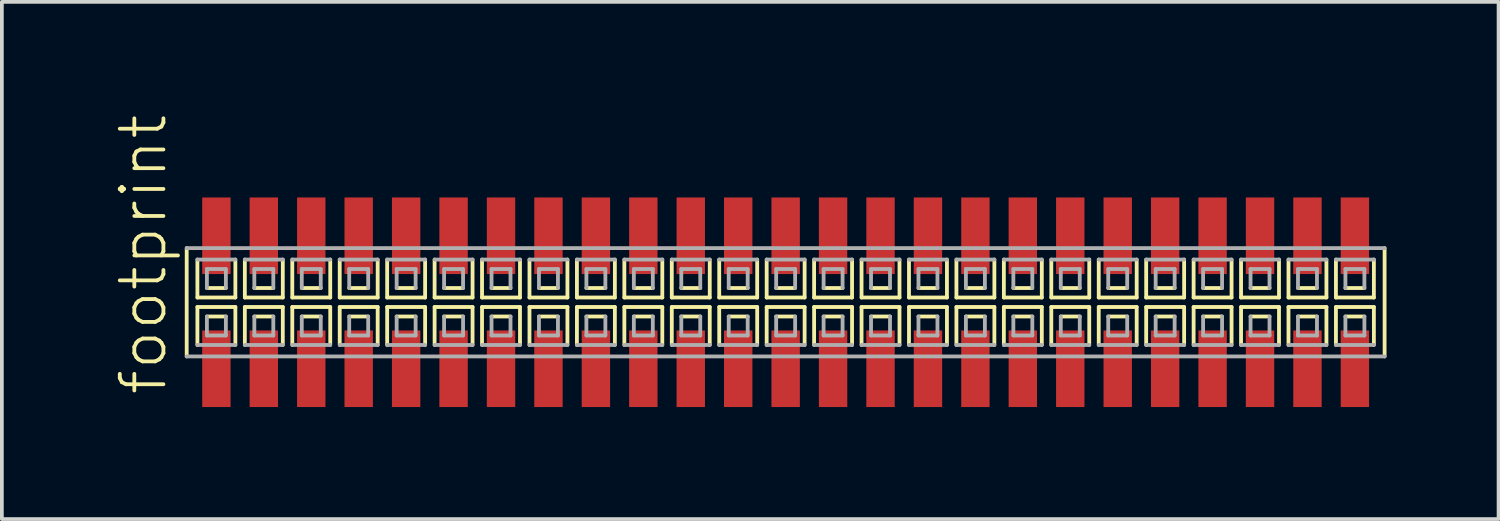
<source format=kicad_pcb>
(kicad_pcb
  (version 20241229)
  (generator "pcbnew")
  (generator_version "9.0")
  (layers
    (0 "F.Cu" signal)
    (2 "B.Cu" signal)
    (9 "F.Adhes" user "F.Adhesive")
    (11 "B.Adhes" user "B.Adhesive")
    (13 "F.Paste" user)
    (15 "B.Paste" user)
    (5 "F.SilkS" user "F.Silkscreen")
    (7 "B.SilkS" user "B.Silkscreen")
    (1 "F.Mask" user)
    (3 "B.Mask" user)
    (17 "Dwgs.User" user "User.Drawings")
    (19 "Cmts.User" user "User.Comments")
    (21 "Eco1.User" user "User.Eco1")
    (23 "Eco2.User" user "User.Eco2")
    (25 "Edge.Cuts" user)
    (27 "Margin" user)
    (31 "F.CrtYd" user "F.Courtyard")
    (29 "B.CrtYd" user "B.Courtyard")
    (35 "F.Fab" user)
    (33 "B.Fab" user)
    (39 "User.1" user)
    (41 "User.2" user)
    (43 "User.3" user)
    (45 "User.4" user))
  (footprint "footprint"
    (layer "F.Cu")
    (at 17.983 5.042)
    (property "Reference" "footprint" (at -16.51 2.54 90) (layer "F.SilkS") (effects (font (size 1.168 1.168) (thickness 0.102)) (justify left bottom)))
    (fp_line (start -16.035 -1.45) (end -16.035 1.45) (stroke (width 0.102) (type solid)) (layer "F.SilkS"))
    (fp_line (start -15.748 -1.143) (end -15.748 -0.127) (stroke (width 0.102) (type solid)) (layer "F.SilkS"))
    (fp_line (start -15.748 -0.127) (end -14.732 -0.127) (stroke (width 0.102) (type solid)) (layer "F.SilkS"))
    (fp_line (start -15.748 0.127) (end -15.748 1.143) (stroke (width 0.102) (type solid)) (layer "F.SilkS"))
    (fp_line (start -15.494 -0.381) (end -14.986 -0.381) (stroke (width 0.102) (type solid)) (layer "F.SilkS"))
    (fp_line (start -14.986 0.381) (end -15.494 0.381) (stroke (width 0.102) (type solid)) (layer "F.SilkS"))
    (fp_line (start -14.732 -0.127) (end -14.732 -1.143) (stroke (width 0.102) (type solid)) (layer "F.SilkS"))
    (fp_line (start -14.732 0.127) (end -15.748 0.127) (stroke (width 0.102) (type solid)) (layer "F.SilkS"))
    (fp_line (start -14.732 1.143) (end -14.732 0.127) (stroke (width 0.102) (type solid)) (layer "F.SilkS"))
    (fp_line (start -14.478 -1.143) (end -14.478 -0.127) (stroke (width 0.102) (type solid)) (layer "F.SilkS"))
    (fp_line (start -14.478 -0.127) (end -13.462 -0.127) (stroke (width 0.102) (type solid)) (layer "F.SilkS"))
    (fp_line (start -14.478 0.127) (end -14.478 1.143) (stroke (width 0.102) (type solid)) (layer "F.SilkS"))
    (fp_line (start -14.224 -0.381) (end -13.716 -0.381) (stroke (width 0.102) (type solid)) (layer "F.SilkS"))
    (fp_line (start -13.716 0.381) (end -14.224 0.381) (stroke (width 0.102) (type solid)) (layer "F.SilkS"))
    (fp_line (start -13.462 -0.127) (end -13.462 -1.143) (stroke (width 0.102) (type solid)) (layer "F.SilkS"))
    (fp_line (start -13.462 0.127) (end -14.478 0.127) (stroke (width 0.102) (type solid)) (layer "F.SilkS"))
    (fp_line (start -13.462 1.143) (end -13.462 0.127) (stroke (width 0.102) (type solid)) (layer "F.SilkS"))
    (fp_line (start -13.208 -1.143) (end -13.208 -0.127) (stroke (width 0.102) (type solid)) (layer "F.SilkS"))
    (fp_line (start -13.208 -0.127) (end -12.192 -0.127) (stroke (width 0.102) (type solid)) (layer "F.SilkS"))
    (fp_line (start -13.208 0.127) (end -13.208 1.143) (stroke (width 0.102) (type solid)) (layer "F.SilkS"))
    (fp_line (start -12.954 -0.381) (end -12.446 -0.381) (stroke (width 0.102) (type solid)) (layer "F.SilkS"))
    (fp_line (start -12.446 0.381) (end -12.954 0.381) (stroke (width 0.102) (type solid)) (layer "F.SilkS"))
    (fp_line (start -12.192 -0.127) (end -12.192 -1.143) (stroke (width 0.102) (type solid)) (layer "F.SilkS"))
    (fp_line (start -12.192 0.127) (end -13.208 0.127) (stroke (width 0.102) (type solid)) (layer "F.SilkS"))
    (fp_line (start -12.192 1.143) (end -12.192 0.127) (stroke (width 0.102) (type solid)) (layer "F.SilkS"))
    (fp_line (start -11.938 -1.143) (end -11.938 -0.127) (stroke (width 0.102) (type solid)) (layer "F.SilkS"))
    (fp_line (start -11.938 -0.127) (end -10.922 -0.127) (stroke (width 0.102) (type solid)) (layer "F.SilkS"))
    (fp_line (start -11.938 0.127) (end -11.938 1.143) (stroke (width 0.102) (type solid)) (layer "F.SilkS"))
    (fp_line (start -11.684 -0.381) (end -11.176 -0.381) (stroke (width 0.102) (type solid)) (layer "F.SilkS"))
    (fp_line (start -11.176 0.381) (end -11.684 0.381) (stroke (width 0.102) (type solid)) (layer "F.SilkS"))
    (fp_line (start -10.922 -0.127) (end -10.922 -1.143) (stroke (width 0.102) (type solid)) (layer "F.SilkS"))
    (fp_line (start -10.922 0.127) (end -11.938 0.127) (stroke (width 0.102) (type solid)) (layer "F.SilkS"))
    (fp_line (start -10.922 1.143) (end -10.922 0.127) (stroke (width 0.102) (type solid)) (layer "F.SilkS"))
    (fp_line (start -10.668 -1.143) (end -10.668 -0.127) (stroke (width 0.102) (type solid)) (layer "F.SilkS"))
    (fp_line (start -10.668 -0.127) (end -9.652 -0.127) (stroke (width 0.102) (type solid)) (layer "F.SilkS"))
    (fp_line (start -10.668 0.127) (end -10.668 1.143) (stroke (width 0.102) (type solid)) (layer "F.SilkS"))
    (fp_line (start -10.414 -0.381) (end -9.906 -0.381) (stroke (width 0.102) (type solid)) (layer "F.SilkS"))
    (fp_line (start -9.906 0.381) (end -10.414 0.381) (stroke (width 0.102) (type solid)) (layer "F.SilkS"))
    (fp_line (start -9.652 -0.127) (end -9.652 -1.143) (stroke (width 0.102) (type solid)) (layer "F.SilkS"))
    (fp_line (start -9.652 0.127) (end -10.668 0.127) (stroke (width 0.102) (type solid)) (layer "F.SilkS"))
    (fp_line (start -9.652 1.143) (end -9.652 0.127) (stroke (width 0.102) (type solid)) (layer "F.SilkS"))
    (fp_line (start -9.398 -1.143) (end -9.398 -0.127) (stroke (width 0.102) (type solid)) (layer "F.SilkS"))
    (fp_line (start -9.398 -0.127) (end -8.382 -0.127) (stroke (width 0.102) (type solid)) (layer "F.SilkS"))
    (fp_line (start -9.398 0.127) (end -9.398 1.143) (stroke (width 0.102) (type solid)) (layer "F.SilkS"))
    (fp_line (start -9.144 -0.381) (end -8.636 -0.381) (stroke (width 0.102) (type solid)) (layer "F.SilkS"))
    (fp_line (start -8.636 0.381) (end -9.144 0.381) (stroke (width 0.102) (type solid)) (layer "F.SilkS"))
    (fp_line (start -8.382 -0.127) (end -8.382 -1.143) (stroke (width 0.102) (type solid)) (layer "F.SilkS"))
    (fp_line (start -8.382 0.127) (end -9.398 0.127) (stroke (width 0.102) (type solid)) (layer "F.SilkS"))
    (fp_line (start -8.382 1.143) (end -8.382 0.127) (stroke (width 0.102) (type solid)) (layer "F.SilkS"))
    (fp_line (start -8.128 -1.143) (end -8.128 -0.127) (stroke (width 0.102) (type solid)) (layer "F.SilkS"))
    (fp_line (start -8.128 -0.127) (end -7.112 -0.127) (stroke (width 0.102) (type solid)) (layer "F.SilkS"))
    (fp_line (start -8.128 0.127) (end -8.128 1.143) (stroke (width 0.102) (type solid)) (layer "F.SilkS"))
    (fp_line (start -7.874 -0.381) (end -7.366 -0.381) (stroke (width 0.102) (type solid)) (layer "F.SilkS"))
    (fp_line (start -7.366 0.381) (end -7.874 0.381) (stroke (width 0.102) (type solid)) (layer "F.SilkS"))
    (fp_line (start -7.112 -0.127) (end -7.112 -1.143) (stroke (width 0.102) (type solid)) (layer "F.SilkS"))
    (fp_line (start -7.112 0.127) (end -8.128 0.127) (stroke (width 0.102) (type solid)) (layer "F.SilkS"))
    (fp_line (start -7.112 1.143) (end -7.112 0.127) (stroke (width 0.102) (type solid)) (layer "F.SilkS"))
    (fp_line (start -6.858 -1.143) (end -6.858 -0.127) (stroke (width 0.102) (type solid)) (layer "F.SilkS"))
    (fp_line (start -6.858 -0.127) (end -5.842 -0.127) (stroke (width 0.102) (type solid)) (layer "F.SilkS"))
    (fp_line (start -6.858 0.127) (end -6.858 1.143) (stroke (width 0.102) (type solid)) (layer "F.SilkS"))
    (fp_line (start -6.604 -0.381) (end -6.096 -0.381) (stroke (width 0.102) (type solid)) (layer "F.SilkS"))
    (fp_line (start -6.096 0.381) (end -6.604 0.381) (stroke (width 0.102) (type solid)) (layer "F.SilkS"))
    (fp_line (start -5.842 -0.127) (end -5.842 -1.143) (stroke (width 0.102) (type solid)) (layer "F.SilkS"))
    (fp_line (start -5.842 0.127) (end -6.858 0.127) (stroke (width 0.102) (type solid)) (layer "F.SilkS"))
    (fp_line (start -5.842 1.143) (end -5.842 0.127) (stroke (width 0.102) (type solid)) (layer "F.SilkS"))
    (fp_line (start -5.588 -1.143) (end -5.588 -0.127) (stroke (width 0.102) (type solid)) (layer "F.SilkS"))
    (fp_line (start -5.588 -0.127) (end -4.572 -0.127) (stroke (width 0.102) (type solid)) (layer "F.SilkS"))
    (fp_line (start -5.588 0.127) (end -5.588 1.143) (stroke (width 0.102) (type solid)) (layer "F.SilkS"))
    (fp_line (start -5.334 -0.381) (end -4.826 -0.381) (stroke (width 0.102) (type solid)) (layer "F.SilkS"))
    (fp_line (start -4.826 0.381) (end -5.334 0.381) (stroke (width 0.102) (type solid)) (layer "F.SilkS"))
    (fp_line (start -4.572 -0.127) (end -4.572 -1.143) (stroke (width 0.102) (type solid)) (layer "F.SilkS"))
    (fp_line (start -4.572 0.127) (end -5.588 0.127) (stroke (width 0.102) (type solid)) (layer "F.SilkS"))
    (fp_line (start -4.572 1.143) (end -4.572 0.127) (stroke (width 0.102) (type solid)) (layer "F.SilkS"))
    (fp_line (start -4.318 -1.143) (end -4.318 -0.127) (stroke (width 0.102) (type solid)) (layer "F.SilkS"))
    (fp_line (start -4.318 -0.127) (end -3.302 -0.127) (stroke (width 0.102) (type solid)) (layer "F.SilkS"))
    (fp_line (start -4.318 0.127) (end -4.318 1.143) (stroke (width 0.102) (type solid)) (layer "F.SilkS"))
    (fp_line (start -4.064 -0.381) (end -3.556 -0.381) (stroke (width 0.102) (type solid)) (layer "F.SilkS"))
    (fp_line (start -3.556 0.381) (end -4.064 0.381) (stroke (width 0.102) (type solid)) (layer "F.SilkS"))
    (fp_line (start -3.302 -0.127) (end -3.302 -1.143) (stroke (width 0.102) (type solid)) (layer "F.SilkS"))
    (fp_line (start -3.302 0.127) (end -4.318 0.127) (stroke (width 0.102) (type solid)) (layer "F.SilkS"))
    (fp_line (start -3.302 1.143) (end -3.302 0.127) (stroke (width 0.102) (type solid)) (layer "F.SilkS"))
    (fp_line (start -3.048 -1.143) (end -3.048 -0.127) (stroke (width 0.102) (type solid)) (layer "F.SilkS"))
    (fp_line (start -3.048 -0.127) (end -2.032 -0.127) (stroke (width 0.102) (type solid)) (layer "F.SilkS"))
    (fp_line (start -3.048 0.127) (end -3.048 1.143) (stroke (width 0.102) (type solid)) (layer "F.SilkS"))
    (fp_line (start -2.794 -0.381) (end -2.286 -0.381) (stroke (width 0.102) (type solid)) (layer "F.SilkS"))
    (fp_line (start -2.286 0.381) (end -2.794 0.381) (stroke (width 0.102) (type solid)) (layer "F.SilkS"))
    (fp_line (start -2.032 -0.127) (end -2.032 -1.143) (stroke (width 0.102) (type solid)) (layer "F.SilkS"))
    (fp_line (start -2.032 0.127) (end -3.048 0.127) (stroke (width 0.102) (type solid)) (layer "F.SilkS"))
    (fp_line (start -2.032 1.143) (end -2.032 0.127) (stroke (width 0.102) (type solid)) (layer "F.SilkS"))
    (fp_line (start -1.778 -1.143) (end -1.778 -0.127) (stroke (width 0.102) (type solid)) (layer "F.SilkS"))
    (fp_line (start -1.778 -0.127) (end -0.762 -0.127) (stroke (width 0.102) (type solid)) (layer "F.SilkS"))
    (fp_line (start -1.778 0.127) (end -1.778 1.143) (stroke (width 0.102) (type solid)) (layer "F.SilkS"))
    (fp_line (start -1.524 -0.381) (end -1.016 -0.381) (stroke (width 0.102) (type solid)) (layer "F.SilkS"))
    (fp_line (start -1.016 0.381) (end -1.524 0.381) (stroke (width 0.102) (type solid)) (layer "F.SilkS"))
    (fp_line (start -0.762 -0.127) (end -0.762 -1.143) (stroke (width 0.102) (type solid)) (layer "F.SilkS"))
    (fp_line (start -0.762 0.127) (end -1.778 0.127) (stroke (width 0.102) (type solid)) (layer "F.SilkS"))
    (fp_line (start -0.762 1.143) (end -0.762 0.127) (stroke (width 0.102) (type solid)) (layer "F.SilkS"))
    (fp_line (start -0.508 -1.143) (end -0.508 -0.127) (stroke (width 0.102) (type solid)) (layer "F.SilkS"))
    (fp_line (start -0.508 -0.127) (end 0.508 -0.127) (stroke (width 0.102) (type solid)) (layer "F.SilkS"))
    (fp_line (start -0.508 0.127) (end -0.508 1.143) (stroke (width 0.102) (type solid)) (layer "F.SilkS"))
    (fp_line (start -0.254 -0.381) (end 0.254 -0.381) (stroke (width 0.102) (type solid)) (layer "F.SilkS"))
    (fp_line (start 0.254 0.381) (end -0.254 0.381) (stroke (width 0.102) (type solid)) (layer "F.SilkS"))
    (fp_line (start 0.508 -0.127) (end 0.508 -1.143) (stroke (width 0.102) (type solid)) (layer "F.SilkS"))
    (fp_line (start 0.508 0.127) (end -0.508 0.127) (stroke (width 0.102) (type solid)) (layer "F.SilkS"))
    (fp_line (start 0.508 1.143) (end 0.508 0.127) (stroke (width 0.102) (type solid)) (layer "F.SilkS"))
    (fp_line (start 0.762 -1.143) (end 0.762 -0.127) (stroke (width 0.102) (type solid)) (layer "F.SilkS"))
    (fp_line (start 0.762 -0.127) (end 1.778 -0.127) (stroke (width 0.102) (type solid)) (layer "F.SilkS"))
    (fp_line (start 0.762 0.127) (end 0.762 1.143) (stroke (width 0.102) (type solid)) (layer "F.SilkS"))
    (fp_line (start 1.016 -0.381) (end 1.524 -0.381) (stroke (width 0.102) (type solid)) (layer "F.SilkS"))
    (fp_line (start 1.524 0.381) (end 1.016 0.381) (stroke (width 0.102) (type solid)) (layer "F.SilkS"))
    (fp_line (start 1.778 -0.127) (end 1.778 -1.143) (stroke (width 0.102) (type solid)) (layer "F.SilkS"))
    (fp_line (start 1.778 0.127) (end 0.762 0.127) (stroke (width 0.102) (type solid)) (layer "F.SilkS"))
    (fp_line (start 1.778 1.143) (end 1.778 0.127) (stroke (width 0.102) (type solid)) (layer "F.SilkS"))
    (fp_line (start 2.032 -1.143) (end 2.032 -0.127) (stroke (width 0.102) (type solid)) (layer "F.SilkS"))
    (fp_line (start 2.032 -0.127) (end 3.048 -0.127) (stroke (width 0.102) (type solid)) (layer "F.SilkS"))
    (fp_line (start 2.032 0.127) (end 2.032 1.143) (stroke (width 0.102) (type solid)) (layer "F.SilkS"))
    (fp_line (start 2.286 -0.381) (end 2.794 -0.381) (stroke (width 0.102) (type solid)) (layer "F.SilkS"))
    (fp_line (start 2.794 0.381) (end 2.286 0.381) (stroke (width 0.102) (type solid)) (layer "F.SilkS"))
    (fp_line (start 3.048 -0.127) (end 3.048 -1.143) (stroke (width 0.102) (type solid)) (layer "F.SilkS"))
    (fp_line (start 3.048 0.127) (end 2.032 0.127) (stroke (width 0.102) (type solid)) (layer "F.SilkS"))
    (fp_line (start 3.048 1.143) (end 3.048 0.127) (stroke (width 0.102) (type solid)) (layer "F.SilkS"))
    (fp_line (start 3.302 -1.143) (end 3.302 -0.127) (stroke (width 0.102) (type solid)) (layer "F.SilkS"))
    (fp_line (start 3.302 -0.127) (end 4.318 -0.127) (stroke (width 0.102) (type solid)) (layer "F.SilkS"))
    (fp_line (start 3.302 0.127) (end 3.302 1.143) (stroke (width 0.102) (type solid)) (layer "F.SilkS"))
    (fp_line (start 3.556 -0.381) (end 4.064 -0.381) (stroke (width 0.102) (type solid)) (layer "F.SilkS"))
    (fp_line (start 4.064 0.381) (end 3.556 0.381) (stroke (width 0.102) (type solid)) (layer "F.SilkS"))
    (fp_line (start 4.318 -0.127) (end 4.318 -1.143) (stroke (width 0.102) (type solid)) (layer "F.SilkS"))
    (fp_line (start 4.318 0.127) (end 3.302 0.127) (stroke (width 0.102) (type solid)) (layer "F.SilkS"))
    (fp_line (start 4.318 1.143) (end 4.318 0.127) (stroke (width 0.102) (type solid)) (layer "F.SilkS"))
    (fp_line (start 4.572 -1.143) (end 4.572 -0.127) (stroke (width 0.102) (type solid)) (layer "F.SilkS"))
    (fp_line (start 4.572 -0.127) (end 5.588 -0.127) (stroke (width 0.102) (type solid)) (layer "F.SilkS"))
    (fp_line (start 4.572 0.127) (end 4.572 1.143) (stroke (width 0.102) (type solid)) (layer "F.SilkS"))
    (fp_line (start 4.826 -0.381) (end 5.334 -0.381) (stroke (width 0.102) (type solid)) (layer "F.SilkS"))
    (fp_line (start 5.334 0.381) (end 4.826 0.381) (stroke (width 0.102) (type solid)) (layer "F.SilkS"))
    (fp_line (start 5.588 -0.127) (end 5.588 -1.143) (stroke (width 0.102) (type solid)) (layer "F.SilkS"))
    (fp_line (start 5.588 0.127) (end 4.572 0.127) (stroke (width 0.102) (type solid)) (layer "F.SilkS"))
    (fp_line (start 5.588 1.143) (end 5.588 0.127) (stroke (width 0.102) (type solid)) (layer "F.SilkS"))
    (fp_line (start 5.842 -1.143) (end 5.842 -0.127) (stroke (width 0.102) (type solid)) (layer "F.SilkS"))
    (fp_line (start 5.842 -0.127) (end 6.858 -0.127) (stroke (width 0.102) (type solid)) (layer "F.SilkS"))
    (fp_line (start 5.842 0.127) (end 5.842 1.143) (stroke (width 0.102) (type solid)) (layer "F.SilkS"))
    (fp_line (start 6.096 -0.381) (end 6.604 -0.381) (stroke (width 0.102) (type solid)) (layer "F.SilkS"))
    (fp_line (start 6.604 0.381) (end 6.096 0.381) (stroke (width 0.102) (type solid)) (layer "F.SilkS"))
    (fp_line (start 6.858 -0.127) (end 6.858 -1.143) (stroke (width 0.102) (type solid)) (layer "F.SilkS"))
    (fp_line (start 6.858 0.127) (end 5.842 0.127) (stroke (width 0.102) (type solid)) (layer "F.SilkS"))
    (fp_line (start 6.858 1.143) (end 6.858 0.127) (stroke (width 0.102) (type solid)) (layer "F.SilkS"))
    (fp_line (start 7.112 -1.143) (end 7.112 -0.127) (stroke (width 0.102) (type solid)) (layer "F.SilkS"))
    (fp_line (start 7.112 -0.127) (end 8.128 -0.127) (stroke (width 0.102) (type solid)) (layer "F.SilkS"))
    (fp_line (start 7.112 0.127) (end 7.112 1.143) (stroke (width 0.102) (type solid)) (layer "F.SilkS"))
    (fp_line (start 7.366 -0.381) (end 7.874 -0.381) (stroke (width 0.102) (type solid)) (layer "F.SilkS"))
    (fp_line (start 7.874 0.381) (end 7.366 0.381) (stroke (width 0.102) (type solid)) (layer "F.SilkS"))
    (fp_line (start 8.128 -0.127) (end 8.128 -1.143) (stroke (width 0.102) (type solid)) (layer "F.SilkS"))
    (fp_line (start 8.128 0.127) (end 7.112 0.127) (stroke (width 0.102) (type solid)) (layer "F.SilkS"))
    (fp_line (start 8.128 1.143) (end 8.128 0.127) (stroke (width 0.102) (type solid)) (layer "F.SilkS"))
    (fp_line (start 8.382 -1.143) (end 8.382 -0.127) (stroke (width 0.102) (type solid)) (layer "F.SilkS"))
    (fp_line (start 8.382 -0.127) (end 9.398 -0.127) (stroke (width 0.102) (type solid)) (layer "F.SilkS"))
    (fp_line (start 8.382 0.127) (end 8.382 1.143) (stroke (width 0.102) (type solid)) (layer "F.SilkS"))
    (fp_line (start 8.636 -0.381) (end 9.144 -0.381) (stroke (width 0.102) (type solid)) (layer "F.SilkS"))
    (fp_line (start 9.144 0.381) (end 8.636 0.381) (stroke (width 0.102) (type solid)) (layer "F.SilkS"))
    (fp_line (start 9.398 -0.127) (end 9.398 -1.143) (stroke (width 0.102) (type solid)) (layer "F.SilkS"))
    (fp_line (start 9.398 0.127) (end 8.382 0.127) (stroke (width 0.102) (type solid)) (layer "F.SilkS"))
    (fp_line (start 9.398 1.143) (end 9.398 0.127) (stroke (width 0.102) (type solid)) (layer "F.SilkS"))
    (fp_line (start 9.652 -1.143) (end 9.652 -0.127) (stroke (width 0.102) (type solid)) (layer "F.SilkS"))
    (fp_line (start 9.652 -0.127) (end 10.668 -0.127) (stroke (width 0.102) (type solid)) (layer "F.SilkS"))
    (fp_line (start 9.652 0.127) (end 9.652 1.143) (stroke (width 0.102) (type solid)) (layer "F.SilkS"))
    (fp_line (start 9.906 -0.381) (end 10.414 -0.381) (stroke (width 0.102) (type solid)) (layer "F.SilkS"))
    (fp_line (start 10.414 0.381) (end 9.906 0.381) (stroke (width 0.102) (type solid)) (layer "F.SilkS"))
    (fp_line (start 10.668 -0.127) (end 10.668 -1.143) (stroke (width 0.102) (type solid)) (layer "F.SilkS"))
    (fp_line (start 10.668 0.127) (end 9.652 0.127) (stroke (width 0.102) (type solid)) (layer "F.SilkS"))
    (fp_line (start 10.668 1.143) (end 10.668 0.127) (stroke (width 0.102) (type solid)) (layer "F.SilkS"))
    (fp_line (start 10.922 -1.143) (end 10.922 -0.127) (stroke (width 0.102) (type solid)) (layer "F.SilkS"))
    (fp_line (start 10.922 -0.127) (end 11.938 -0.127) (stroke (width 0.102) (type solid)) (layer "F.SilkS"))
    (fp_line (start 10.922 0.127) (end 10.922 1.143) (stroke (width 0.102) (type solid)) (layer "F.SilkS"))
    (fp_line (start 11.176 -0.381) (end 11.684 -0.381) (stroke (width 0.102) (type solid)) (layer "F.SilkS"))
    (fp_line (start 11.684 0.381) (end 11.176 0.381) (stroke (width 0.102) (type solid)) (layer "F.SilkS"))
    (fp_line (start 11.938 -0.127) (end 11.938 -1.143) (stroke (width 0.102) (type solid)) (layer "F.SilkS"))
    (fp_line (start 11.938 0.127) (end 10.922 0.127) (stroke (width 0.102) (type solid)) (layer "F.SilkS"))
    (fp_line (start 11.938 1.143) (end 11.938 0.127) (stroke (width 0.102) (type solid)) (layer "F.SilkS"))
    (fp_line (start 12.192 -1.143) (end 12.192 -0.127) (stroke (width 0.102) (type solid)) (layer "F.SilkS"))
    (fp_line (start 12.192 -0.127) (end 13.208 -0.127) (stroke (width 0.102) (type solid)) (layer "F.SilkS"))
    (fp_line (start 12.192 0.127) (end 12.192 1.143) (stroke (width 0.102) (type solid)) (layer "F.SilkS"))
    (fp_line (start 12.446 -0.381) (end 12.954 -0.381) (stroke (width 0.102) (type solid)) (layer "F.SilkS"))
    (fp_line (start 12.954 0.381) (end 12.446 0.381) (stroke (width 0.102) (type solid)) (layer "F.SilkS"))
    (fp_line (start 13.208 -0.127) (end 13.208 -1.143) (stroke (width 0.102) (type solid)) (layer "F.SilkS"))
    (fp_line (start 13.208 0.127) (end 12.192 0.127) (stroke (width 0.102) (type solid)) (layer "F.SilkS"))
    (fp_line (start 13.208 1.143) (end 13.208 0.127) (stroke (width 0.102) (type solid)) (layer "F.SilkS"))
    (fp_line (start 13.462 -1.143) (end 13.462 -0.127) (stroke (width 0.102) (type solid)) (layer "F.SilkS"))
    (fp_line (start 13.462 -0.127) (end 14.478 -0.127) (stroke (width 0.102) (type solid)) (layer "F.SilkS"))
    (fp_line (start 13.462 0.127) (end 13.462 1.143) (stroke (width 0.102) (type solid)) (layer "F.SilkS"))
    (fp_line (start 13.716 -0.381) (end 14.224 -0.381) (stroke (width 0.102) (type solid)) (layer "F.SilkS"))
    (fp_line (start 14.224 0.381) (end 13.716 0.381) (stroke (width 0.102) (type solid)) (layer "F.SilkS"))
    (fp_line (start 14.478 -0.127) (end 14.478 -1.143) (stroke (width 0.102) (type solid)) (layer "F.SilkS"))
    (fp_line (start 14.478 0.127) (end 13.462 0.127) (stroke (width 0.102) (type solid)) (layer "F.SilkS"))
    (fp_line (start 14.478 1.143) (end 14.478 0.127) (stroke (width 0.102) (type solid)) (layer "F.SilkS"))
    (fp_line (start 14.732 -1.143) (end 14.732 -0.127) (stroke (width 0.102) (type solid)) (layer "F.SilkS"))
    (fp_line (start 14.732 -0.127) (end 15.748 -0.127) (stroke (width 0.102) (type solid)) (layer "F.SilkS"))
    (fp_line (start 14.732 0.127) (end 14.732 1.143) (stroke (width 0.102) (type solid)) (layer "F.SilkS"))
    (fp_line (start 14.986 -0.381) (end 15.494 -0.381) (stroke (width 0.102) (type solid)) (layer "F.SilkS"))
    (fp_line (start 15.494 0.381) (end 14.986 0.381) (stroke (width 0.102) (type solid)) (layer "F.SilkS"))
    (fp_line (start 15.748 -0.127) (end 15.748 -1.143) (stroke (width 0.102) (type solid)) (layer "F.SilkS"))
    (fp_line (start 15.748 0.127) (end 14.732 0.127) (stroke (width 0.102) (type solid)) (layer "F.SilkS"))
    (fp_line (start 15.748 1.143) (end 15.748 0.127) (stroke (width 0.102) (type solid)) (layer "F.SilkS"))
    (fp_line (start 16.035 1.45) (end 16.035 -1.45) (stroke (width 0.102) (type solid)) (layer "F.SilkS"))
    (fp_line (start -16.035 1.45) (end 16.035 1.45) (stroke (width 0.102) (type solid)) (layer "F.Fab"))
    (fp_line (start -15.748 1.143) (end -14.732 1.143) (stroke (width 0.102) (type solid)) (layer "F.Fab"))
    (fp_line (start -15.494 -0.889) (end -15.494 -0.381) (stroke (width 0.102) (type solid)) (layer "F.Fab"))
    (fp_line (start -15.494 0.381) (end -15.494 0.889) (stroke (width 0.102) (type solid)) (layer "F.Fab"))
    (fp_line (start -15.494 0.889) (end -14.986 0.889) (stroke (width 0.102) (type solid)) (layer "F.Fab"))
    (fp_line (start -14.986 -0.889) (end -15.494 -0.889) (stroke (width 0.102) (type solid)) (layer "F.Fab"))
    (fp_line (start -14.986 -0.381) (end -14.986 -0.889) (stroke (width 0.102) (type solid)) (layer "F.Fab"))
    (fp_line (start -14.986 0.889) (end -14.986 0.381) (stroke (width 0.102) (type solid)) (layer "F.Fab"))
    (fp_line (start -14.732 -1.143) (end -15.748 -1.143) (stroke (width 0.102) (type solid)) (layer "F.Fab"))
    (fp_line (start -14.478 1.143) (end -13.462 1.143) (stroke (width 0.102) (type solid)) (layer "F.Fab"))
    (fp_line (start -14.224 -0.889) (end -14.224 -0.381) (stroke (width 0.102) (type solid)) (layer "F.Fab"))
    (fp_line (start -14.224 0.381) (end -14.224 0.889) (stroke (width 0.102) (type solid)) (layer "F.Fab"))
    (fp_line (start -14.224 0.889) (end -13.716 0.889) (stroke (width 0.102) (type solid)) (layer "F.Fab"))
    (fp_line (start -13.716 -0.889) (end -14.224 -0.889) (stroke (width 0.102) (type solid)) (layer "F.Fab"))
    (fp_line (start -13.716 -0.381) (end -13.716 -0.889) (stroke (width 0.102) (type solid)) (layer "F.Fab"))
    (fp_line (start -13.716 0.889) (end -13.716 0.381) (stroke (width 0.102) (type solid)) (layer "F.Fab"))
    (fp_line (start -13.462 -1.143) (end -14.478 -1.143) (stroke (width 0.102) (type solid)) (layer "F.Fab"))
    (fp_line (start -13.208 1.143) (end -12.192 1.143) (stroke (width 0.102) (type solid)) (layer "F.Fab"))
    (fp_line (start -12.954 -0.889) (end -12.954 -0.381) (stroke (width 0.102) (type solid)) (layer "F.Fab"))
    (fp_line (start -12.954 0.381) (end -12.954 0.889) (stroke (width 0.102) (type solid)) (layer "F.Fab"))
    (fp_line (start -12.954 0.889) (end -12.446 0.889) (stroke (width 0.102) (type solid)) (layer "F.Fab"))
    (fp_line (start -12.446 -0.889) (end -12.954 -0.889) (stroke (width 0.102) (type solid)) (layer "F.Fab"))
    (fp_line (start -12.446 -0.381) (end -12.446 -0.889) (stroke (width 0.102) (type solid)) (layer "F.Fab"))
    (fp_line (start -12.446 0.889) (end -12.446 0.381) (stroke (width 0.102) (type solid)) (layer "F.Fab"))
    (fp_line (start -12.192 -1.143) (end -13.208 -1.143) (stroke (width 0.102) (type solid)) (layer "F.Fab"))
    (fp_line (start -11.938 1.143) (end -10.922 1.143) (stroke (width 0.102) (type solid)) (layer "F.Fab"))
    (fp_line (start -11.684 -0.889) (end -11.684 -0.381) (stroke (width 0.102) (type solid)) (layer "F.Fab"))
    (fp_line (start -11.684 0.381) (end -11.684 0.889) (stroke (width 0.102) (type solid)) (layer "F.Fab"))
    (fp_line (start -11.684 0.889) (end -11.176 0.889) (stroke (width 0.102) (type solid)) (layer "F.Fab"))
    (fp_line (start -11.176 -0.889) (end -11.684 -0.889) (stroke (width 0.102) (type solid)) (layer "F.Fab"))
    (fp_line (start -11.176 -0.381) (end -11.176 -0.889) (stroke (width 0.102) (type solid)) (layer "F.Fab"))
    (fp_line (start -11.176 0.889) (end -11.176 0.381) (stroke (width 0.102) (type solid)) (layer "F.Fab"))
    (fp_line (start -10.922 -1.143) (end -11.938 -1.143) (stroke (width 0.102) (type solid)) (layer "F.Fab"))
    (fp_line (start -10.668 1.143) (end -9.652 1.143) (stroke (width 0.102) (type solid)) (layer "F.Fab"))
    (fp_line (start -10.414 -0.889) (end -10.414 -0.381) (stroke (width 0.102) (type solid)) (layer "F.Fab"))
    (fp_line (start -10.414 0.381) (end -10.414 0.889) (stroke (width 0.102) (type solid)) (layer "F.Fab"))
    (fp_line (start -10.414 0.889) (end -9.906 0.889) (stroke (width 0.102) (type solid)) (layer "F.Fab"))
    (fp_line (start -9.906 -0.889) (end -10.414 -0.889) (stroke (width 0.102) (type solid)) (layer "F.Fab"))
    (fp_line (start -9.906 -0.381) (end -9.906 -0.889) (stroke (width 0.102) (type solid)) (layer "F.Fab"))
    (fp_line (start -9.906 0.889) (end -9.906 0.381) (stroke (width 0.102) (type solid)) (layer "F.Fab"))
    (fp_line (start -9.652 -1.143) (end -10.668 -1.143) (stroke (width 0.102) (type solid)) (layer "F.Fab"))
    (fp_line (start -9.398 1.143) (end -8.382 1.143) (stroke (width 0.102) (type solid)) (layer "F.Fab"))
    (fp_line (start -9.144 -0.889) (end -9.144 -0.381) (stroke (width 0.102) (type solid)) (layer "F.Fab"))
    (fp_line (start -9.144 0.381) (end -9.144 0.889) (stroke (width 0.102) (type solid)) (layer "F.Fab"))
    (fp_line (start -9.144 0.889) (end -8.636 0.889) (stroke (width 0.102) (type solid)) (layer "F.Fab"))
    (fp_line (start -8.636 -0.889) (end -9.144 -0.889) (stroke (width 0.102) (type solid)) (layer "F.Fab"))
    (fp_line (start -8.636 -0.381) (end -8.636 -0.889) (stroke (width 0.102) (type solid)) (layer "F.Fab"))
    (fp_line (start -8.636 0.889) (end -8.636 0.381) (stroke (width 0.102) (type solid)) (layer "F.Fab"))
    (fp_line (start -8.382 -1.143) (end -9.398 -1.143) (stroke (width 0.102) (type solid)) (layer "F.Fab"))
    (fp_line (start -8.128 1.143) (end -7.112 1.143) (stroke (width 0.102) (type solid)) (layer "F.Fab"))
    (fp_line (start -7.874 -0.889) (end -7.874 -0.381) (stroke (width 0.102) (type solid)) (layer "F.Fab"))
    (fp_line (start -7.874 0.381) (end -7.874 0.889) (stroke (width 0.102) (type solid)) (layer "F.Fab"))
    (fp_line (start -7.874 0.889) (end -7.366 0.889) (stroke (width 0.102) (type solid)) (layer "F.Fab"))
    (fp_line (start -7.366 -0.889) (end -7.874 -0.889) (stroke (width 0.102) (type solid)) (layer "F.Fab"))
    (fp_line (start -7.366 -0.381) (end -7.366 -0.889) (stroke (width 0.102) (type solid)) (layer "F.Fab"))
    (fp_line (start -7.366 0.889) (end -7.366 0.381) (stroke (width 0.102) (type solid)) (layer "F.Fab"))
    (fp_line (start -7.112 -1.143) (end -8.128 -1.143) (stroke (width 0.102) (type solid)) (layer "F.Fab"))
    (fp_line (start -6.858 1.143) (end -5.842 1.143) (stroke (width 0.102) (type solid)) (layer "F.Fab"))
    (fp_line (start -6.604 -0.889) (end -6.604 -0.381) (stroke (width 0.102) (type solid)) (layer "F.Fab"))
    (fp_line (start -6.604 0.381) (end -6.604 0.889) (stroke (width 0.102) (type solid)) (layer "F.Fab"))
    (fp_line (start -6.604 0.889) (end -6.096 0.889) (stroke (width 0.102) (type solid)) (layer "F.Fab"))
    (fp_line (start -6.096 -0.889) (end -6.604 -0.889) (stroke (width 0.102) (type solid)) (layer "F.Fab"))
    (fp_line (start -6.096 -0.381) (end -6.096 -0.889) (stroke (width 0.102) (type solid)) (layer "F.Fab"))
    (fp_line (start -6.096 0.889) (end -6.096 0.381) (stroke (width 0.102) (type solid)) (layer "F.Fab"))
    (fp_line (start -5.842 -1.143) (end -6.858 -1.143) (stroke (width 0.102) (type solid)) (layer "F.Fab"))
    (fp_line (start -5.588 1.143) (end -4.572 1.143) (stroke (width 0.102) (type solid)) (layer "F.Fab"))
    (fp_line (start -5.334 -0.889) (end -5.334 -0.381) (stroke (width 0.102) (type solid)) (layer "F.Fab"))
    (fp_line (start -5.334 0.381) (end -5.334 0.889) (stroke (width 0.102) (type solid)) (layer "F.Fab"))
    (fp_line (start -5.334 0.889) (end -4.826 0.889) (stroke (width 0.102) (type solid)) (layer "F.Fab"))
    (fp_line (start -4.826 -0.889) (end -5.334 -0.889) (stroke (width 0.102) (type solid)) (layer "F.Fab"))
    (fp_line (start -4.826 -0.381) (end -4.826 -0.889) (stroke (width 0.102) (type solid)) (layer "F.Fab"))
    (fp_line (start -4.826 0.889) (end -4.826 0.381) (stroke (width 0.102) (type solid)) (layer "F.Fab"))
    (fp_line (start -4.572 -1.143) (end -5.588 -1.143) (stroke (width 0.102) (type solid)) (layer "F.Fab"))
    (fp_line (start -4.318 1.143) (end -3.302 1.143) (stroke (width 0.102) (type solid)) (layer "F.Fab"))
    (fp_line (start -4.064 -0.889) (end -4.064 -0.381) (stroke (width 0.102) (type solid)) (layer "F.Fab"))
    (fp_line (start -4.064 0.381) (end -4.064 0.889) (stroke (width 0.102) (type solid)) (layer "F.Fab"))
    (fp_line (start -4.064 0.889) (end -3.556 0.889) (stroke (width 0.102) (type solid)) (layer "F.Fab"))
    (fp_line (start -3.556 -0.889) (end -4.064 -0.889) (stroke (width 0.102) (type solid)) (layer "F.Fab"))
    (fp_line (start -3.556 -0.381) (end -3.556 -0.889) (stroke (width 0.102) (type solid)) (layer "F.Fab"))
    (fp_line (start -3.556 0.889) (end -3.556 0.381) (stroke (width 0.102) (type solid)) (layer "F.Fab"))
    (fp_line (start -3.302 -1.143) (end -4.318 -1.143) (stroke (width 0.102) (type solid)) (layer "F.Fab"))
    (fp_line (start -3.048 1.143) (end -2.032 1.143) (stroke (width 0.102) (type solid)) (layer "F.Fab"))
    (fp_line (start -2.794 -0.889) (end -2.794 -0.381) (stroke (width 0.102) (type solid)) (layer "F.Fab"))
    (fp_line (start -2.794 0.381) (end -2.794 0.889) (stroke (width 0.102) (type solid)) (layer "F.Fab"))
    (fp_line (start -2.794 0.889) (end -2.286 0.889) (stroke (width 0.102) (type solid)) (layer "F.Fab"))
    (fp_line (start -2.286 -0.889) (end -2.794 -0.889) (stroke (width 0.102) (type solid)) (layer "F.Fab"))
    (fp_line (start -2.286 -0.381) (end -2.286 -0.889) (stroke (width 0.102) (type solid)) (layer "F.Fab"))
    (fp_line (start -2.286 0.889) (end -2.286 0.381) (stroke (width 0.102) (type solid)) (layer "F.Fab"))
    (fp_line (start -2.032 -1.143) (end -3.048 -1.143) (stroke (width 0.102) (type solid)) (layer "F.Fab"))
    (fp_line (start -1.778 1.143) (end -0.762 1.143) (stroke (width 0.102) (type solid)) (layer "F.Fab"))
    (fp_line (start -1.524 -0.889) (end -1.524 -0.381) (stroke (width 0.102) (type solid)) (layer "F.Fab"))
    (fp_line (start -1.524 0.381) (end -1.524 0.889) (stroke (width 0.102) (type solid)) (layer "F.Fab"))
    (fp_line (start -1.524 0.889) (end -1.016 0.889) (stroke (width 0.102) (type solid)) (layer "F.Fab"))
    (fp_line (start -1.016 -0.889) (end -1.524 -0.889) (stroke (width 0.102) (type solid)) (layer "F.Fab"))
    (fp_line (start -1.016 -0.381) (end -1.016 -0.889) (stroke (width 0.102) (type solid)) (layer "F.Fab"))
    (fp_line (start -1.016 0.889) (end -1.016 0.381) (stroke (width 0.102) (type solid)) (layer "F.Fab"))
    (fp_line (start -0.762 -1.143) (end -1.778 -1.143) (stroke (width 0.102) (type solid)) (layer "F.Fab"))
    (fp_line (start -0.508 1.143) (end 0.508 1.143) (stroke (width 0.102) (type solid)) (layer "F.Fab"))
    (fp_line (start -0.254 -0.889) (end -0.254 -0.381) (stroke (width 0.102) (type solid)) (layer "F.Fab"))
    (fp_line (start -0.254 0.381) (end -0.254 0.889) (stroke (width 0.102) (type solid)) (layer "F.Fab"))
    (fp_line (start -0.254 0.889) (end 0.254 0.889) (stroke (width 0.102) (type solid)) (layer "F.Fab"))
    (fp_line (start 0.254 -0.889) (end -0.254 -0.889) (stroke (width 0.102) (type solid)) (layer "F.Fab"))
    (fp_line (start 0.254 -0.381) (end 0.254 -0.889) (stroke (width 0.102) (type solid)) (layer "F.Fab"))
    (fp_line (start 0.254 0.889) (end 0.254 0.381) (stroke (width 0.102) (type solid)) (layer "F.Fab"))
    (fp_line (start 0.508 -1.143) (end -0.508 -1.143) (stroke (width 0.102) (type solid)) (layer "F.Fab"))
    (fp_line (start 0.762 1.143) (end 1.778 1.143) (stroke (width 0.102) (type solid)) (layer "F.Fab"))
    (fp_line (start 1.016 -0.889) (end 1.016 -0.381) (stroke (width 0.102) (type solid)) (layer "F.Fab"))
    (fp_line (start 1.016 0.381) (end 1.016 0.889) (stroke (width 0.102) (type solid)) (layer "F.Fab"))
    (fp_line (start 1.016 0.889) (end 1.524 0.889) (stroke (width 0.102) (type solid)) (layer "F.Fab"))
    (fp_line (start 1.524 -0.889) (end 1.016 -0.889) (stroke (width 0.102) (type solid)) (layer "F.Fab"))
    (fp_line (start 1.524 -0.381) (end 1.524 -0.889) (stroke (width 0.102) (type solid)) (layer "F.Fab"))
    (fp_line (start 1.524 0.889) (end 1.524 0.381) (stroke (width 0.102) (type solid)) (layer "F.Fab"))
    (fp_line (start 1.778 -1.143) (end 0.762 -1.143) (stroke (width 0.102) (type solid)) (layer "F.Fab"))
    (fp_line (start 2.032 1.143) (end 3.048 1.143) (stroke (width 0.102) (type solid)) (layer "F.Fab"))
    (fp_line (start 2.286 -0.889) (end 2.286 -0.381) (stroke (width 0.102) (type solid)) (layer "F.Fab"))
    (fp_line (start 2.286 0.381) (end 2.286 0.889) (stroke (width 0.102) (type solid)) (layer "F.Fab"))
    (fp_line (start 2.286 0.889) (end 2.794 0.889) (stroke (width 0.102) (type solid)) (layer "F.Fab"))
    (fp_line (start 2.794 -0.889) (end 2.286 -0.889) (stroke (width 0.102) (type solid)) (layer "F.Fab"))
    (fp_line (start 2.794 -0.381) (end 2.794 -0.889) (stroke (width 0.102) (type solid)) (layer "F.Fab"))
    (fp_line (start 2.794 0.889) (end 2.794 0.381) (stroke (width 0.102) (type solid)) (layer "F.Fab"))
    (fp_line (start 3.048 -1.143) (end 2.032 -1.143) (stroke (width 0.102) (type solid)) (layer "F.Fab"))
    (fp_line (start 3.302 1.143) (end 4.318 1.143) (stroke (width 0.102) (type solid)) (layer "F.Fab"))
    (fp_line (start 3.556 -0.889) (end 3.556 -0.381) (stroke (width 0.102) (type solid)) (layer "F.Fab"))
    (fp_line (start 3.556 0.381) (end 3.556 0.889) (stroke (width 0.102) (type solid)) (layer "F.Fab"))
    (fp_line (start 3.556 0.889) (end 4.064 0.889) (stroke (width 0.102) (type solid)) (layer "F.Fab"))
    (fp_line (start 4.064 -0.889) (end 3.556 -0.889) (stroke (width 0.102) (type solid)) (layer "F.Fab"))
    (fp_line (start 4.064 -0.381) (end 4.064 -0.889) (stroke (width 0.102) (type solid)) (layer "F.Fab"))
    (fp_line (start 4.064 0.889) (end 4.064 0.381) (stroke (width 0.102) (type solid)) (layer "F.Fab"))
    (fp_line (start 4.318 -1.143) (end 3.302 -1.143) (stroke (width 0.102) (type solid)) (layer "F.Fab"))
    (fp_line (start 4.572 1.143) (end 5.588 1.143) (stroke (width 0.102) (type solid)) (layer "F.Fab"))
    (fp_line (start 4.826 -0.889) (end 4.826 -0.381) (stroke (width 0.102) (type solid)) (layer "F.Fab"))
    (fp_line (start 4.826 0.381) (end 4.826 0.889) (stroke (width 0.102) (type solid)) (layer "F.Fab"))
    (fp_line (start 4.826 0.889) (end 5.334 0.889) (stroke (width 0.102) (type solid)) (layer "F.Fab"))
    (fp_line (start 5.334 -0.889) (end 4.826 -0.889) (stroke (width 0.102) (type solid)) (layer "F.Fab"))
    (fp_line (start 5.334 -0.381) (end 5.334 -0.889) (stroke (width 0.102) (type solid)) (layer "F.Fab"))
    (fp_line (start 5.334 0.889) (end 5.334 0.381) (stroke (width 0.102) (type solid)) (layer "F.Fab"))
    (fp_line (start 5.588 -1.143) (end 4.572 -1.143) (stroke (width 0.102) (type solid)) (layer "F.Fab"))
    (fp_line (start 5.842 1.143) (end 6.858 1.143) (stroke (width 0.102) (type solid)) (layer "F.Fab"))
    (fp_line (start 6.096 -0.889) (end 6.096 -0.381) (stroke (width 0.102) (type solid)) (layer "F.Fab"))
    (fp_line (start 6.096 0.381) (end 6.096 0.889) (stroke (width 0.102) (type solid)) (layer "F.Fab"))
    (fp_line (start 6.096 0.889) (end 6.604 0.889) (stroke (width 0.102) (type solid)) (layer "F.Fab"))
    (fp_line (start 6.604 -0.889) (end 6.096 -0.889) (stroke (width 0.102) (type solid)) (layer "F.Fab"))
    (fp_line (start 6.604 -0.381) (end 6.604 -0.889) (stroke (width 0.102) (type solid)) (layer "F.Fab"))
    (fp_line (start 6.604 0.889) (end 6.604 0.381) (stroke (width 0.102) (type solid)) (layer "F.Fab"))
    (fp_line (start 6.858 -1.143) (end 5.842 -1.143) (stroke (width 0.102) (type solid)) (layer "F.Fab"))
    (fp_line (start 7.112 1.143) (end 8.128 1.143) (stroke (width 0.102) (type solid)) (layer "F.Fab"))
    (fp_line (start 7.366 -0.889) (end 7.366 -0.381) (stroke (width 0.102) (type solid)) (layer "F.Fab"))
    (fp_line (start 7.366 0.381) (end 7.366 0.889) (stroke (width 0.102) (type solid)) (layer "F.Fab"))
    (fp_line (start 7.366 0.889) (end 7.874 0.889) (stroke (width 0.102) (type solid)) (layer "F.Fab"))
    (fp_line (start 7.874 -0.889) (end 7.366 -0.889) (stroke (width 0.102) (type solid)) (layer "F.Fab"))
    (fp_line (start 7.874 -0.381) (end 7.874 -0.889) (stroke (width 0.102) (type solid)) (layer "F.Fab"))
    (fp_line (start 7.874 0.889) (end 7.874 0.381) (stroke (width 0.102) (type solid)) (layer "F.Fab"))
    (fp_line (start 8.128 -1.143) (end 7.112 -1.143) (stroke (width 0.102) (type solid)) (layer "F.Fab"))
    (fp_line (start 8.382 1.143) (end 9.398 1.143) (stroke (width 0.102) (type solid)) (layer "F.Fab"))
    (fp_line (start 8.636 -0.889) (end 8.636 -0.381) (stroke (width 0.102) (type solid)) (layer "F.Fab"))
    (fp_line (start 8.636 0.381) (end 8.636 0.889) (stroke (width 0.102) (type solid)) (layer "F.Fab"))
    (fp_line (start 8.636 0.889) (end 9.144 0.889) (stroke (width 0.102) (type solid)) (layer "F.Fab"))
    (fp_line (start 9.144 -0.889) (end 8.636 -0.889) (stroke (width 0.102) (type solid)) (layer "F.Fab"))
    (fp_line (start 9.144 -0.381) (end 9.144 -0.889) (stroke (width 0.102) (type solid)) (layer "F.Fab"))
    (fp_line (start 9.144 0.889) (end 9.144 0.381) (stroke (width 0.102) (type solid)) (layer "F.Fab"))
    (fp_line (start 9.398 -1.143) (end 8.382 -1.143) (stroke (width 0.102) (type solid)) (layer "F.Fab"))
    (fp_line (start 9.652 1.143) (end 10.668 1.143) (stroke (width 0.102) (type solid)) (layer "F.Fab"))
    (fp_line (start 9.906 -0.889) (end 9.906 -0.381) (stroke (width 0.102) (type solid)) (layer "F.Fab"))
    (fp_line (start 9.906 0.381) (end 9.906 0.889) (stroke (width 0.102) (type solid)) (layer "F.Fab"))
    (fp_line (start 9.906 0.889) (end 10.414 0.889) (stroke (width 0.102) (type solid)) (layer "F.Fab"))
    (fp_line (start 10.414 -0.889) (end 9.906 -0.889) (stroke (width 0.102) (type solid)) (layer "F.Fab"))
    (fp_line (start 10.414 -0.381) (end 10.414 -0.889) (stroke (width 0.102) (type solid)) (layer "F.Fab"))
    (fp_line (start 10.414 0.889) (end 10.414 0.381) (stroke (width 0.102) (type solid)) (layer "F.Fab"))
    (fp_line (start 10.668 -1.143) (end 9.652 -1.143) (stroke (width 0.102) (type solid)) (layer "F.Fab"))
    (fp_line (start 10.922 1.143) (end 11.938 1.143) (stroke (width 0.102) (type solid)) (layer "F.Fab"))
    (fp_line (start 11.176 -0.889) (end 11.176 -0.381) (stroke (width 0.102) (type solid)) (layer "F.Fab"))
    (fp_line (start 11.176 0.381) (end 11.176 0.889) (stroke (width 0.102) (type solid)) (layer "F.Fab"))
    (fp_line (start 11.176 0.889) (end 11.684 0.889) (stroke (width 0.102) (type solid)) (layer "F.Fab"))
    (fp_line (start 11.684 -0.889) (end 11.176 -0.889) (stroke (width 0.102) (type solid)) (layer "F.Fab"))
    (fp_line (start 11.684 -0.381) (end 11.684 -0.889) (stroke (width 0.102) (type solid)) (layer "F.Fab"))
    (fp_line (start 11.684 0.889) (end 11.684 0.381) (stroke (width 0.102) (type solid)) (layer "F.Fab"))
    (fp_line (start 11.938 -1.143) (end 10.922 -1.143) (stroke (width 0.102) (type solid)) (layer "F.Fab"))
    (fp_line (start 12.192 1.143) (end 13.208 1.143) (stroke (width 0.102) (type solid)) (layer "F.Fab"))
    (fp_line (start 12.446 -0.889) (end 12.446 -0.381) (stroke (width 0.102) (type solid)) (layer "F.Fab"))
    (fp_line (start 12.446 0.381) (end 12.446 0.889) (stroke (width 0.102) (type solid)) (layer "F.Fab"))
    (fp_line (start 12.446 0.889) (end 12.954 0.889) (stroke (width 0.102) (type solid)) (layer "F.Fab"))
    (fp_line (start 12.954 -0.889) (end 12.446 -0.889) (stroke (width 0.102) (type solid)) (layer "F.Fab"))
    (fp_line (start 12.954 -0.381) (end 12.954 -0.889) (stroke (width 0.102) (type solid)) (layer "F.Fab"))
    (fp_line (start 12.954 0.889) (end 12.954 0.381) (stroke (width 0.102) (type solid)) (layer "F.Fab"))
    (fp_line (start 13.208 -1.143) (end 12.192 -1.143) (stroke (width 0.102) (type solid)) (layer "F.Fab"))
    (fp_line (start 13.462 1.143) (end 14.478 1.143) (stroke (width 0.102) (type solid)) (layer "F.Fab"))
    (fp_line (start 13.716 -0.889) (end 13.716 -0.381) (stroke (width 0.102) (type solid)) (layer "F.Fab"))
    (fp_line (start 13.716 0.381) (end 13.716 0.889) (stroke (width 0.102) (type solid)) (layer "F.Fab"))
    (fp_line (start 13.716 0.889) (end 14.224 0.889) (stroke (width 0.102) (type solid)) (layer "F.Fab"))
    (fp_line (start 14.224 -0.889) (end 13.716 -0.889) (stroke (width 0.102) (type solid)) (layer "F.Fab"))
    (fp_line (start 14.224 -0.381) (end 14.224 -0.889) (stroke (width 0.102) (type solid)) (layer "F.Fab"))
    (fp_line (start 14.224 0.889) (end 14.224 0.381) (stroke (width 0.102) (type solid)) (layer "F.Fab"))
    (fp_line (start 14.478 -1.143) (end 13.462 -1.143) (stroke (width 0.102) (type solid)) (layer "F.Fab"))
    (fp_line (start 14.732 1.143) (end 15.748 1.143) (stroke (width 0.102) (type solid)) (layer "F.Fab"))
    (fp_line (start 14.986 -0.889) (end 14.986 -0.381) (stroke (width 0.102) (type solid)) (layer "F.Fab"))
    (fp_line (start 14.986 0.381) (end 14.986 0.889) (stroke (width 0.102) (type solid)) (layer "F.Fab"))
    (fp_line (start 14.986 0.889) (end 15.494 0.889) (stroke (width 0.102) (type solid)) (layer "F.Fab"))
    (fp_line (start 15.494 -0.889) (end 14.986 -0.889) (stroke (width 0.102) (type solid)) (layer "F.Fab"))
    (fp_line (start 15.494 -0.381) (end 15.494 -0.889) (stroke (width 0.102) (type solid)) (layer "F.Fab"))
    (fp_line (start 15.494 0.889) (end 15.494 0.381) (stroke (width 0.102) (type solid)) (layer "F.Fab"))
    (fp_line (start 15.748 -1.143) (end 14.732 -1.143) (stroke (width 0.102) (type solid)) (layer "F.Fab"))
    (fp_line (start 16.035 -1.45) (end -16.035 -1.45) (stroke (width 0.102) (type solid)) (layer "F.Fab"))
    (pad "1" smd rect (at -15.24 1.78) (size 0.76 2.05) (layers "F.Cu" "F.Mask" "F.Paste"))
    (pad "2" smd rect (at -15.24 -1.78) (size 0.76 2.05) (layers "F.Cu" "F.Mask" "F.Paste"))
    (pad "3" smd rect (at -13.97 1.78) (size 0.76 2.05) (layers "F.Cu" "F.Mask" "F.Paste"))
    (pad "4" smd rect (at -13.97 -1.78) (size 0.76 2.05) (layers "F.Cu" "F.Mask" "F.Paste"))
    (pad "5" smd rect (at -12.7 1.78) (size 0.76 2.05) (layers "F.Cu" "F.Mask" "F.Paste"))
    (pad "6" smd rect (at -12.7 -1.78) (size 0.76 2.05) (layers "F.Cu" "F.Mask" "F.Paste"))
    (pad "7" smd rect (at -11.43 1.78) (size 0.76 2.05) (layers "F.Cu" "F.Mask" "F.Paste"))
    (pad "8" smd rect (at -11.43 -1.78) (size 0.76 2.05) (layers "F.Cu" "F.Mask" "F.Paste"))
    (pad "9" smd rect (at -10.16 1.78) (size 0.76 2.05) (layers "F.Cu" "F.Mask" "F.Paste"))
    (pad "10" smd rect (at -10.16 -1.78) (size 0.76 2.05) (layers "F.Cu" "F.Mask" "F.Paste"))
    (pad "11" smd rect (at -8.89 1.78) (size 0.76 2.05) (layers "F.Cu" "F.Mask" "F.Paste"))
    (pad "12" smd rect (at -8.89 -1.78) (size 0.76 2.05) (layers "F.Cu" "F.Mask" "F.Paste"))
    (pad "13" smd rect (at -7.62 1.78) (size 0.76 2.05) (layers "F.Cu" "F.Mask" "F.Paste"))
    (pad "14" smd rect (at -7.62 -1.78) (size 0.76 2.05) (layers "F.Cu" "F.Mask" "F.Paste"))
    (pad "15" smd rect (at -6.35 1.78) (size 0.76 2.05) (layers "F.Cu" "F.Mask" "F.Paste"))
    (pad "16" smd rect (at -6.35 -1.78) (size 0.76 2.05) (layers "F.Cu" "F.Mask" "F.Paste"))
    (pad "17" smd rect (at -5.08 1.78) (size 0.76 2.05) (layers "F.Cu" "F.Mask" "F.Paste"))
    (pad "18" smd rect (at -5.08 -1.78) (size 0.76 2.05) (layers "F.Cu" "F.Mask" "F.Paste"))
    (pad "19" smd rect (at -3.81 1.78) (size 0.76 2.05) (layers "F.Cu" "F.Mask" "F.Paste"))
    (pad "20" smd rect (at -3.81 -1.78) (size 0.76 2.05) (layers "F.Cu" "F.Mask" "F.Paste"))
    (pad "21" smd rect (at -2.54 1.78) (size 0.76 2.05) (layers "F.Cu" "F.Mask" "F.Paste"))
    (pad "22" smd rect (at -2.54 -1.78) (size 0.76 2.05) (layers "F.Cu" "F.Mask" "F.Paste"))
    (pad "23" smd rect (at -1.27 1.78) (size 0.76 2.05) (layers "F.Cu" "F.Mask" "F.Paste"))
    (pad "24" smd rect (at -1.27 -1.78) (size 0.76 2.05) (layers "F.Cu" "F.Mask" "F.Paste"))
    (pad "25" smd rect (at 0 1.78) (size 0.76 2.05) (layers "F.Cu" "F.Mask" "F.Paste"))
    (pad "26" smd rect (at 0 -1.78) (size 0.76 2.05) (layers "F.Cu" "F.Mask" "F.Paste"))
    (pad "27" smd rect (at 1.27 1.78) (size 0.76 2.05) (layers "F.Cu" "F.Mask" "F.Paste"))
    (pad "28" smd rect (at 1.27 -1.78) (size 0.76 2.05) (layers "F.Cu" "F.Mask" "F.Paste"))
    (pad "29" smd rect (at 2.54 1.78) (size 0.76 2.05) (layers "F.Cu" "F.Mask" "F.Paste"))
    (pad "30" smd rect (at 2.54 -1.78) (size 0.76 2.05) (layers "F.Cu" "F.Mask" "F.Paste"))
    (pad "31" smd rect (at 3.81 1.78) (size 0.76 2.05) (layers "F.Cu" "F.Mask" "F.Paste"))
    (pad "32" smd rect (at 3.81 -1.78) (size 0.76 2.05) (layers "F.Cu" "F.Mask" "F.Paste"))
    (pad "33" smd rect (at 5.08 1.78) (size 0.76 2.05) (layers "F.Cu" "F.Mask" "F.Paste"))
    (pad "34" smd rect (at 5.08 -1.78) (size 0.76 2.05) (layers "F.Cu" "F.Mask" "F.Paste"))
    (pad "35" smd rect (at 6.35 1.78) (size 0.76 2.05) (layers "F.Cu" "F.Mask" "F.Paste"))
    (pad "36" smd rect (at 6.35 -1.78) (size 0.76 2.05) (layers "F.Cu" "F.Mask" "F.Paste"))
    (pad "37" smd rect (at 7.62 1.78) (size 0.76 2.05) (layers "F.Cu" "F.Mask" "F.Paste"))
    (pad "38" smd rect (at 7.62 -1.78) (size 0.76 2.05) (layers "F.Cu" "F.Mask" "F.Paste"))
    (pad "39" smd rect (at 8.89 1.78) (size 0.76 2.05) (layers "F.Cu" "F.Mask" "F.Paste"))
    (pad "40" smd rect (at 8.89 -1.78) (size 0.76 2.05) (layers "F.Cu" "F.Mask" "F.Paste"))
    (pad "41" smd rect (at 10.16 1.78) (size 0.76 2.05) (layers "F.Cu" "F.Mask" "F.Paste"))
    (pad "42" smd rect (at 10.16 -1.78) (size 0.76 2.05) (layers "F.Cu" "F.Mask" "F.Paste"))
    (pad "43" smd rect (at 11.43 1.78) (size 0.76 2.05) (layers "F.Cu" "F.Mask" "F.Paste"))
    (pad "44" smd rect (at 11.43 -1.78) (size 0.76 2.05) (layers "F.Cu" "F.Mask" "F.Paste"))
    (pad "45" smd rect (at 12.7 1.78) (size 0.76 2.05) (layers "F.Cu" "F.Mask" "F.Paste"))
    (pad "46" smd rect (at 12.7 -1.78) (size 0.76 2.05) (layers "F.Cu" "F.Mask" "F.Paste"))
    (pad "47" smd rect (at 13.97 1.78) (size 0.76 2.05) (layers "F.Cu" "F.Mask" "F.Paste"))
    (pad "48" smd rect (at 13.97 -1.78) (size 0.76 2.05) (layers "F.Cu" "F.Mask" "F.Paste"))
    (pad "49" smd rect (at 15.24 1.78) (size 0.76 2.05) (layers "F.Cu" "F.Mask" "F.Paste"))
    (pad "50" smd rect (at 15.24 -1.78) (size 0.76 2.05) (layers "F.Cu" "F.Mask" "F.Paste")))
  (gr_rect
    (start -3 -3)
    (end 37.069 10.847)
    (stroke (width 0.1) (type default))
    (fill no)
    (layer "Edge.Cuts")))
</source>
